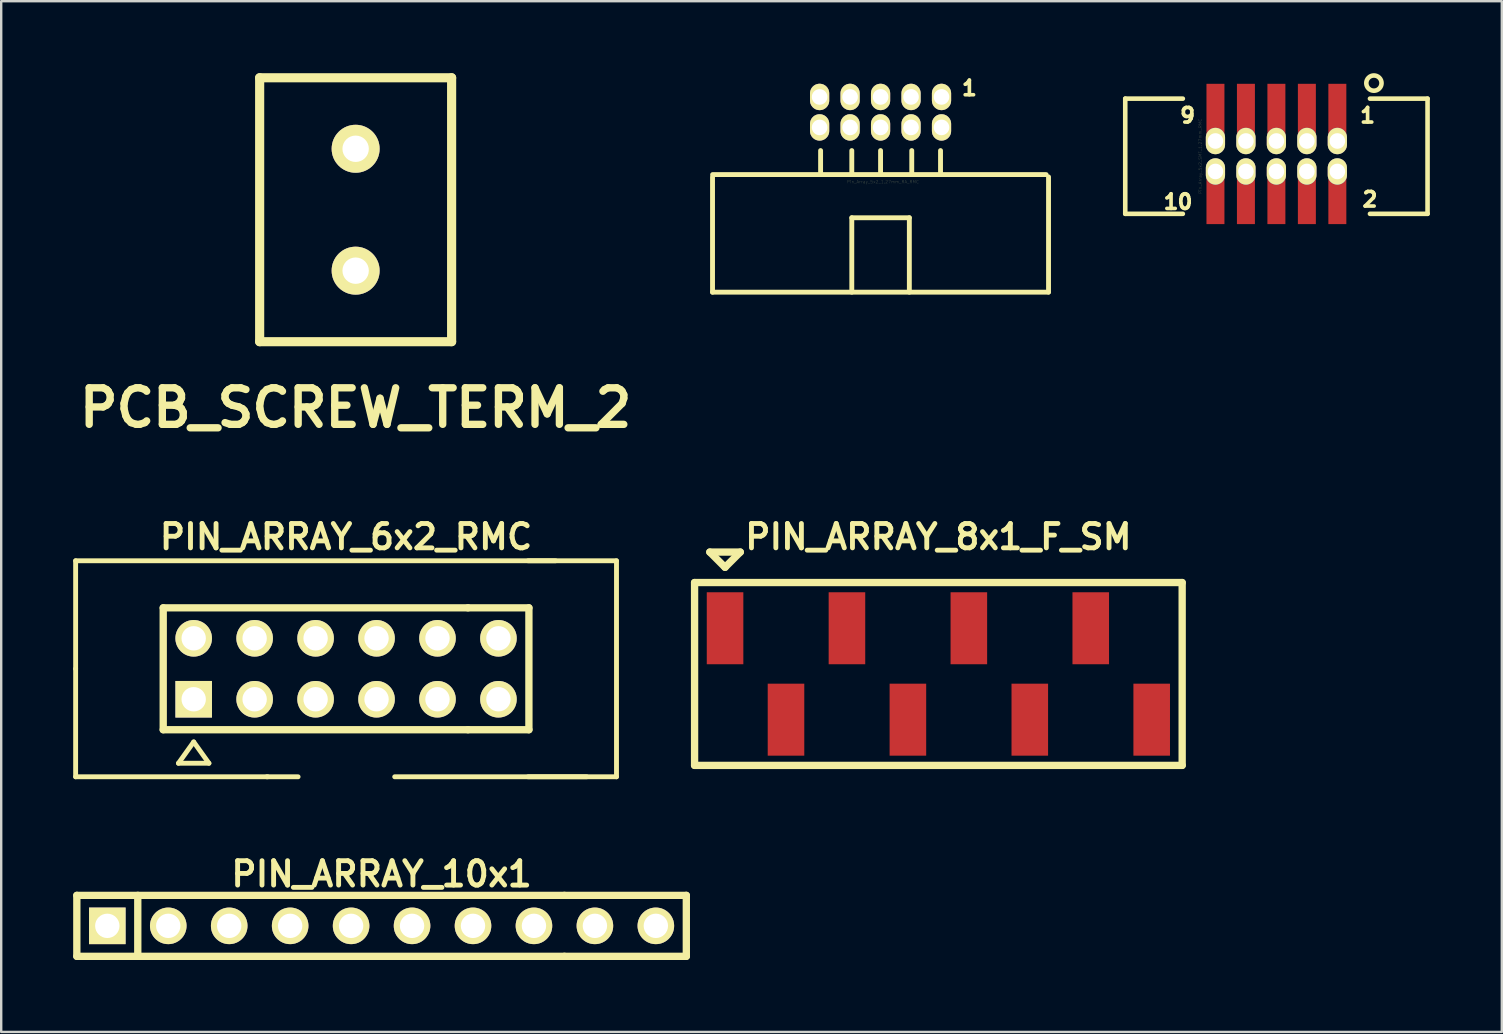
<source format=kicad_pcb>
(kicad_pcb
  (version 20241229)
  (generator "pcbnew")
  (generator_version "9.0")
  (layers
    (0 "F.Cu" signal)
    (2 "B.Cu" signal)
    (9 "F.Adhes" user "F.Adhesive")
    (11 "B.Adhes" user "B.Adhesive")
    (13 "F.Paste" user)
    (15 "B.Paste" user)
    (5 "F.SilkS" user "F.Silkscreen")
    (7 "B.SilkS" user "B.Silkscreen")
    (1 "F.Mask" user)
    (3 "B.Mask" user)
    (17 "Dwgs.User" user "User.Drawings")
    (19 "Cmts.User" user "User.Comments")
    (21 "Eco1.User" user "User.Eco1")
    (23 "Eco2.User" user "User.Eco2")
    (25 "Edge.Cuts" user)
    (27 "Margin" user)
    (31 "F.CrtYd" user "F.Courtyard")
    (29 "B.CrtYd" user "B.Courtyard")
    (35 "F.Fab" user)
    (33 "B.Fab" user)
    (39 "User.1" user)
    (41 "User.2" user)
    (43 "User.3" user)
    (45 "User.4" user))
  (footprint "PIN_ARRAY_8x1_F_SM"
    (layer "F.Cu")
    (at 36.056 25.037)
    (property "Reference" "PIN_ARRAY_8x1_F_SM" (at 0 -5.715 0) (layer "F.SilkS") (effects (font (size 1.016 1.016) (thickness 0.203))))
    (attr through_hole)
    (fp_line (start -10.16 -3.81) (end 10.16 -3.81) (stroke (width 0.305) (type solid)) (layer "F.SilkS"))
    (fp_line (start -10.16 3.81) (end -10.16 -3.81) (stroke (width 0.305) (type solid)) (layer "F.SilkS"))
    (fp_line (start -9.525 -5.08) (end -8.89 -4.445) (stroke (width 0.305) (type solid)) (layer "F.SilkS"))
    (fp_line (start -8.89 -4.445) (end -8.255 -5.08) (stroke (width 0.305) (type solid)) (layer "F.SilkS"))
    (fp_line (start -8.255 -5.08) (end -9.525 -5.08) (stroke (width 0.305) (type solid)) (layer "F.SilkS"))
    (fp_line (start 10.16 -3.81) (end 10.16 3.81) (stroke (width 0.305) (type solid)) (layer "F.SilkS"))
    (fp_line (start 10.16 3.81) (end -10.16 3.81) (stroke (width 0.305) (type solid)) (layer "F.SilkS"))
    (pad "1" smd rect (at -8.89 -1.905) (size 1.524 3) (layers "F.Cu" "F.Mask" "F.Paste"))
    (pad "2" smd rect (at -6.35 1.905) (size 1.524 3) (layers "F.Cu" "F.Mask" "F.Paste"))
    (pad "3" smd rect (at -3.81 -1.905) (size 1.524 3) (layers "F.Cu" "F.Mask" "F.Paste"))
    (pad "4" smd rect (at -1.27 1.905) (size 1.524 3) (layers "F.Cu" "F.Mask" "F.Paste"))
    (pad "5" smd rect (at 1.27 -1.905) (size 1.524 3) (layers "F.Cu" "F.Mask" "F.Paste"))
    (pad "6" smd rect (at 3.81 1.905) (size 1.524 3) (layers "F.Cu" "F.Mask" "F.Paste"))
    (pad "7" smd rect (at 6.35 -1.905) (size 1.524 3) (layers "F.Cu" "F.Mask" "F.Paste"))
    (pad "8" smd rect (at 8.89 1.905) (size 1.524 3) (layers "F.Cu" "F.Mask" "F.Paste")))
  (footprint "PCB_SCREW_TERM_2"
    (layer "F.Cu")
    (at 11.771 5.69)
    (property "Reference" "PCB_SCREW_TERM_2" (at 0 8.255 0) (layer "F.SilkS") (effects (font (size 1.524 1.524) (thickness 0.305))))
    (attr through_hole)
    (fp_line (start -4 -5.499) (end 4 -5.499) (stroke (width 0.381) (type solid)) (layer "F.SilkS"))
    (fp_line (start -4 5.499) (end -4 -5.499) (stroke (width 0.381) (type solid)) (layer "F.SilkS"))
    (fp_line (start 4 -5.499) (end 4 5.499) (stroke (width 0.381) (type solid)) (layer "F.SilkS"))
    (fp_line (start 4 5.499) (end -4 5.499) (stroke (width 0.381) (type solid)) (layer "F.SilkS"))
    (pad "1" thru_hole circle (at 0 -2.54) (size 1.999 1.999) (drill 1.1) (layers "*.Cu" "*.Mask" "F.SilkS"))
    (pad "2" thru_hole circle (at 0 2.54) (size 1.999 1.999) (drill 1.1) (layers "*.Cu" "*.Mask" "F.SilkS")))
  (footprint "PIN_ARRAY_10x1"
    (layer "F.Cu")
    (at 12.852 35.534)
    (property "Reference" "PIN_ARRAY_10x1" (at 0 -2.159 0) (layer "F.SilkS") (effects (font (size 1.016 1.016) (thickness 0.203))))
    (attr through_hole)
    (fp_line (start -12.7 -1.27) (end 7.62 -1.27) (stroke (width 0.305) (type solid)) (layer "F.SilkS"))
    (fp_line (start -12.7 1.27) (end -12.7 -1.27) (stroke (width 0.305) (type solid)) (layer "F.SilkS"))
    (fp_line (start -10.16 1.27) (end -10.16 -1.27) (stroke (width 0.305) (type solid)) (layer "F.SilkS"))
    (fp_line (start 7.62 -1.27) (end 12.7 -1.27) (stroke (width 0.305) (type solid)) (layer "F.SilkS"))
    (fp_line (start 7.62 1.27) (end -12.7 1.27) (stroke (width 0.305) (type solid)) (layer "F.SilkS"))
    (fp_line (start 7.62 1.27) (end 12.7 1.27) (stroke (width 0.305) (type solid)) (layer "F.SilkS"))
    (fp_line (start 12.7 -1.27) (end 12.7 1.27) (stroke (width 0.305) (type solid)) (layer "F.SilkS"))
    (pad "1" thru_hole rect (at -11.43 0) (size 1.524 1.524) (drill 1.016) (layers "*.Cu" "*.Mask" "F.SilkS"))
    (pad "2" thru_hole circle (at -8.89 0) (size 1.524 1.524) (drill 1.016) (layers "*.Cu" "*.Mask" "F.SilkS"))
    (pad "3" thru_hole circle (at -6.35 0) (size 1.524 1.524) (drill 1.016) (layers "*.Cu" "*.Mask" "F.SilkS"))
    (pad "4" thru_hole circle (at -3.81 0) (size 1.524 1.524) (drill 1.016) (layers "*.Cu" "*.Mask" "F.SilkS"))
    (pad "5" thru_hole circle (at -1.27 0) (size 1.524 1.524) (drill 1.016) (layers "*.Cu" "*.Mask" "F.SilkS"))
    (pad "6" thru_hole circle (at 1.27 0) (size 1.524 1.524) (drill 1.016) (layers "*.Cu" "*.Mask" "F.SilkS"))
    (pad "7" thru_hole circle (at 3.81 0) (size 1.524 1.524) (drill 1.016) (layers "*.Cu" "*.Mask" "F.SilkS"))
    (pad "8" thru_hole circle (at 6.35 0) (size 1.524 1.524) (drill 1.016) (layers "*.Cu" "*.Mask" "F.SilkS"))
    (pad "9" thru_hole circle (at 8.89 0) (size 1.524 1.524) (drill 1.016) (layers "*.Cu" "*.Mask" "F.SilkS"))
    (pad "10" thru_hole circle (at 11.43 0) (size 1.524 1.524) (drill 1.016) (layers "*.Cu" "*.Mask" "F.SilkS")))
  (footprint "Pin_Array_5x2_SMT_1.27mm_RMC"
    (layer "F.Cu")
    (at 50.143 3.461)
    (property "Reference" "Pin_Array_5x2_SMT_1.27mm_RMC" (at -3.175 0 90) (layer "F.SilkS") (effects (font (size 0.127 0.127) (thickness 0.003))))
    (attr through_hole)
    (fp_line (start -6.299 -2.4) (end -6.299 2.4) (stroke (width 0.191) (type solid)) (layer "F.SilkS"))
    (fp_line (start -6.299 -2.4) (end -3.899 -2.4) (stroke (width 0.191) (type solid)) (layer "F.SilkS"))
    (fp_line (start -6.299 2.4) (end -3.899 2.4) (stroke (width 0.191) (type solid)) (layer "F.SilkS"))
    (fp_line (start 6.299 -2.4) (end 3.899 -2.4) (stroke (width 0.191) (type solid)) (layer "F.SilkS"))
    (fp_line (start 6.299 -2.4) (end 6.299 2.4) (stroke (width 0.191) (type solid)) (layer "F.SilkS"))
    (fp_line (start 6.299 2.4) (end 3.899 2.4) (stroke (width 0.191) (type solid)) (layer "F.SilkS"))
    (fp_circle (center 4.064 -3.048) (end 4.255 -2.794) (stroke (width 0.191) (type solid)) (fill no) (layer "F.SilkS"))
    (fp_text user "10" (at -4.1 1.9 0) (layer "F.SilkS") (effects (font (size 0.61 0.61) (thickness 0.152))))
    (fp_text user "9" (at -3.701 -1.699 0) (layer "F.SilkS") (effects (font (size 0.61 0.61) (thickness 0.152))))
    (fp_text user "1" (at 3.8 -1.699 0) (layer "F.SilkS") (effects (font (size 0.61 0.61) (thickness 0.152))))
    (fp_text user "2" (at 3.899 1.801 0) (layer "F.SilkS") (effects (font (size 0.61 0.61) (thickness 0.152))))
    (pad "1" smd rect (at 2.54 -1.968) (size 0.749 2.101) (layers "F.Cu" "F.Mask" "F.Paste"))
    (pad "1" thru_hole oval (at 2.54 -0.635) (size 0.8 1.1) (drill 0.65) (layers "*.Cu" "*.Mask" "F.SilkS"))
    (pad "2" thru_hole oval (at 2.54 0.635) (size 0.8 1.1) (drill 0.65) (layers "*.Cu" "*.Mask" "F.SilkS"))
    (pad "2" smd rect (at 2.54 1.778) (size 0.749 2.101) (layers "F.Cu" "F.Mask" "F.Paste"))
    (pad "3" smd rect (at 1.27 -1.968) (size 0.749 2.101) (layers "F.Cu" "F.Mask" "F.Paste"))
    (pad "3" thru_hole oval (at 1.27 -0.635) (size 0.8 1.1) (drill 0.65) (layers "*.Cu" "*.Mask" "F.SilkS"))
    (pad "4" thru_hole oval (at 1.27 0.635) (size 0.8 1.1) (drill 0.65) (layers "*.Cu" "*.Mask" "F.SilkS"))
    (pad "4" smd rect (at 1.27 1.778) (size 0.749 2.101) (layers "F.Cu" "F.Mask" "F.Paste"))
    (pad "5" smd rect (at 0 -1.968) (size 0.749 2.101) (layers "F.Cu" "F.Mask" "F.Paste"))
    (pad "5" thru_hole oval (at 0 -0.635) (size 0.8 1.1) (drill 0.65) (layers "*.Cu" "*.Mask" "F.SilkS"))
    (pad "6" thru_hole oval (at 0 0.635) (size 0.8 1.1) (drill 0.65) (layers "*.Cu" "*.Mask" "F.SilkS"))
    (pad "6" smd rect (at 0 1.778) (size 0.749 2.101) (layers "F.Cu" "F.Mask" "F.Paste"))
    (pad "7" smd rect (at -1.27 -1.968) (size 0.749 2.101) (layers "F.Cu" "F.Mask" "F.Paste"))
    (pad "7" thru_hole oval (at -1.27 -0.635) (size 0.8 1.1) (drill 0.65) (layers "*.Cu" "*.Mask" "F.SilkS"))
    (pad "8" thru_hole oval (at -1.27 0.635) (size 0.8 1.1) (drill 0.65) (layers "*.Cu" "*.Mask" "F.SilkS"))
    (pad "8" smd rect (at -1.27 1.778) (size 0.749 2.101) (layers "F.Cu" "F.Mask" "F.Paste"))
    (pad "9" smd rect (at -2.54 -1.968) (size 0.749 2.101) (layers "F.Cu" "F.Mask" "F.Paste"))
    (pad "9" thru_hole oval (at -2.54 -0.635) (size 0.8 1.1) (drill 0.65) (layers "*.Cu" "*.Mask" "F.SilkS"))
    (pad "10" thru_hole oval (at -2.54 0.635) (size 0.8 1.1) (drill 0.65) (layers "*.Cu" "*.Mask" "F.SilkS"))
    (pad "10" smd rect (at -2.54 1.778) (size 0.749 2.101) (layers "F.Cu" "F.Mask" "F.Paste")))
  (footprint "Pin_Array_5x2_1.27mm_RA_RMC"
    (layer "F.Cu")
    (at 33.647 1.625)
    (property "Reference" "Pin_Array_5x2_1.27mm_RA_RMC" (at 0.099 2.901 0) (layer "F.SilkS") (effects (font (size 0.127 0.127) (thickness 0.003))))
    (attr through_hole)
    (fp_line (start -7.003 2.7) (end -7.003 7.501) (stroke (width 0.203) (type solid)) (layer "F.SilkS"))
    (fp_line (start -7 2.601) (end 6.901 2.601) (stroke (width 0.203) (type solid)) (layer "F.SilkS"))
    (fp_line (start -2.499 1.6) (end -2.499 2.601) (stroke (width 0.203) (type solid)) (layer "F.SilkS"))
    (fp_line (start -1.199 1.6) (end -1.199 2.601) (stroke (width 0.203) (type solid)) (layer "F.SilkS"))
    (fp_line (start -1.199 4.399) (end 1.199 4.399) (stroke (width 0.203) (type solid)) (layer "F.SilkS"))
    (fp_line (start -1.199 7.501) (end -1.199 4.399) (stroke (width 0.203) (type solid)) (layer "F.SilkS"))
    (fp_line (start 0 2.601) (end 0 1.6) (stroke (width 0.203) (type solid)) (layer "F.SilkS"))
    (fp_line (start 1.199 4.399) (end 1.199 7.501) (stroke (width 0.203) (type solid)) (layer "F.SilkS"))
    (fp_line (start 1.3 2.601) (end 1.3 1.6) (stroke (width 0.203) (type solid)) (layer "F.SilkS"))
    (fp_line (start 2.499 1.6) (end 2.499 2.601) (stroke (width 0.203) (type solid)) (layer "F.SilkS"))
    (fp_line (start 6.998 7.501) (end -7.003 7.501) (stroke (width 0.203) (type solid)) (layer "F.SilkS"))
    (fp_line (start 7 2.697) (end 7 7.498) (stroke (width 0.203) (type solid)) (layer "F.SilkS"))
    (fp_text user "1" (at 3.701 -1.001 0) (layer "F.SilkS") (effects (font (size 0.61 0.61) (thickness 0.152))))
    (pad "1" thru_hole oval (at 2.54 -0.635) (size 0.8 1.1) (drill 0.65) (layers "*.Cu" "*.Mask" "F.SilkS"))
    (pad "2" thru_hole oval (at 2.54 0.635) (size 0.8 1.1) (drill 0.65) (layers "*.Cu" "*.Mask" "F.SilkS"))
    (pad "3" thru_hole oval (at 1.27 -0.635) (size 0.8 1.1) (drill 0.65) (layers "*.Cu" "*.Mask" "F.SilkS"))
    (pad "4" thru_hole oval (at 1.27 0.635) (size 0.8 1.1) (drill 0.65) (layers "*.Cu" "*.Mask" "F.SilkS"))
    (pad "5" thru_hole oval (at 0 -0.635) (size 0.8 1.1) (drill 0.65) (layers "*.Cu" "*.Mask" "F.SilkS"))
    (pad "6" thru_hole oval (at 0 0.635) (size 0.8 1.1) (drill 0.65) (layers "*.Cu" "*.Mask" "F.SilkS"))
    (pad "7" thru_hole oval (at -1.27 -0.635) (size 0.8 1.1) (drill 0.65) (layers "*.Cu" "*.Mask" "F.SilkS"))
    (pad "8" thru_hole oval (at -1.27 0.635) (size 0.8 1.1) (drill 0.65) (layers "*.Cu" "*.Mask" "F.SilkS"))
    (pad "9" thru_hole oval (at -2.54 -0.635) (size 0.8 1.1) (drill 0.65) (layers "*.Cu" "*.Mask" "F.SilkS"))
    (pad "10" thru_hole oval (at -2.54 0.635) (size 0.8 1.1) (drill 0.65) (layers "*.Cu" "*.Mask" "F.SilkS")))
  (footprint "PIN_ARRAY_6x2_RMC"
    (layer "F.Cu")
    (at 11.372 24.821)
    (property "Reference" "PIN_ARRAY_6x2_RMC" (at 0 -5.499 0) (layer "F.SilkS") (effects (font (size 1.016 1.016) (thickness 0.203))))
    (attr through_hole)
    (fp_line (start -11.27 -4.501) (end -11.27 0) (stroke (width 0.203) (type solid)) (layer "F.SilkS"))
    (fp_line (start -11.27 0) (end -11.27 4.501) (stroke (width 0.203) (type solid)) (layer "F.SilkS"))
    (fp_line (start -11.27 4.501) (end -3.269 4.501) (stroke (width 0.203) (type solid)) (layer "F.SilkS"))
    (fp_line (start -7.62 -2.54) (end 5.08 -2.54) (stroke (width 0.305) (type solid)) (layer "F.SilkS"))
    (fp_line (start -7.62 2.54) (end -7.62 -2.54) (stroke (width 0.305) (type solid)) (layer "F.SilkS"))
    (fp_line (start -6.35 3.048) (end -6.985 3.937) (stroke (width 0.203) (type solid)) (layer "F.SilkS"))
    (fp_line (start -6.35 3.048) (end -5.715 3.937) (stroke (width 0.203) (type solid)) (layer "F.SilkS"))
    (fp_line (start -5.715 3.937) (end -6.985 3.937) (stroke (width 0.203) (type solid)) (layer "F.SilkS"))
    (fp_line (start -3.299 4.501) (end -1.999 4.501) (stroke (width 0.203) (type solid)) (layer "F.SilkS"))
    (fp_line (start 2.027 4.501) (end 10.028 4.501) (stroke (width 0.203) (type solid)) (layer "F.SilkS"))
    (fp_line (start 5.08 -2.54) (end 7.62 -2.54) (stroke (width 0.305) (type solid)) (layer "F.SilkS"))
    (fp_line (start 5.08 2.54) (end -7.62 2.54) (stroke (width 0.305) (type solid)) (layer "F.SilkS"))
    (fp_line (start 7.587 -4.501) (end 11.267 -4.501) (stroke (width 0.203) (type solid)) (layer "F.SilkS"))
    (fp_line (start 7.587 4.501) (end 11.267 4.501) (stroke (width 0.203) (type solid)) (layer "F.SilkS"))
    (fp_line (start 7.62 -2.54) (end 7.62 2.54) (stroke (width 0.305) (type solid)) (layer "F.SilkS"))
    (fp_line (start 7.62 2.54) (end 5.08 2.54) (stroke (width 0.305) (type solid)) (layer "F.SilkS"))
    (fp_line (start 8.73 -4.501) (end -11.27 -4.501) (stroke (width 0.203) (type solid)) (layer "F.SilkS"))
    (fp_line (start 11.27 4.501) (end 11.27 -4.501) (stroke (width 0.203) (type solid)) (layer "F.SilkS"))
    (pad "1" thru_hole rect (at -6.35 1.27) (size 1.524 1.524) (drill 1.016) (layers "*.Cu" "*.Mask" "F.SilkS"))
    (pad "2" thru_hole circle (at -6.35 -1.27) (size 1.524 1.524) (drill 1.016) (layers "*.Cu" "*.Mask" "F.SilkS"))
    (pad "3" thru_hole circle (at -3.81 1.27) (size 1.524 1.524) (drill 1.016) (layers "*.Cu" "*.Mask" "F.SilkS"))
    (pad "4" thru_hole circle (at -3.81 -1.27) (size 1.524 1.524) (drill 1.016) (layers "*.Cu" "*.Mask" "F.SilkS"))
    (pad "5" thru_hole circle (at -1.27 1.27) (size 1.524 1.524) (drill 1.016) (layers "*.Cu" "*.Mask" "F.SilkS"))
    (pad "6" thru_hole circle (at -1.27 -1.27) (size 1.524 1.524) (drill 1.016) (layers "*.Cu" "*.Mask" "F.SilkS"))
    (pad "7" thru_hole circle (at 1.27 1.27) (size 1.524 1.524) (drill 1.016) (layers "*.Cu" "*.Mask" "F.SilkS"))
    (pad "8" thru_hole circle (at 1.27 -1.27) (size 1.524 1.524) (drill 1.016) (layers "*.Cu" "*.Mask" "F.SilkS"))
    (pad "9" thru_hole circle (at 3.81 1.27) (size 1.524 1.524) (drill 1.016) (layers "*.Cu" "*.Mask" "F.SilkS"))
    (pad "10" thru_hole circle (at 3.81 -1.27) (size 1.524 1.524) (drill 1.016) (layers "*.Cu" "*.Mask" "F.SilkS"))
    (pad "11" thru_hole circle (at 6.35 1.27) (size 1.524 1.524) (drill 1.016) (layers "*.Cu" "*.Mask" "F.SilkS"))
    (pad "12" thru_hole circle (at 6.35 -1.27) (size 1.524 1.524) (drill 1.016) (layers "*.Cu" "*.Mask" "F.SilkS")))
  (gr_rect
    (start -3 -3)
    (end 59.537 39.956)
    (stroke (width 0.1) (type default))
    (fill no)
    (layer "Edge.Cuts")))
</source>
